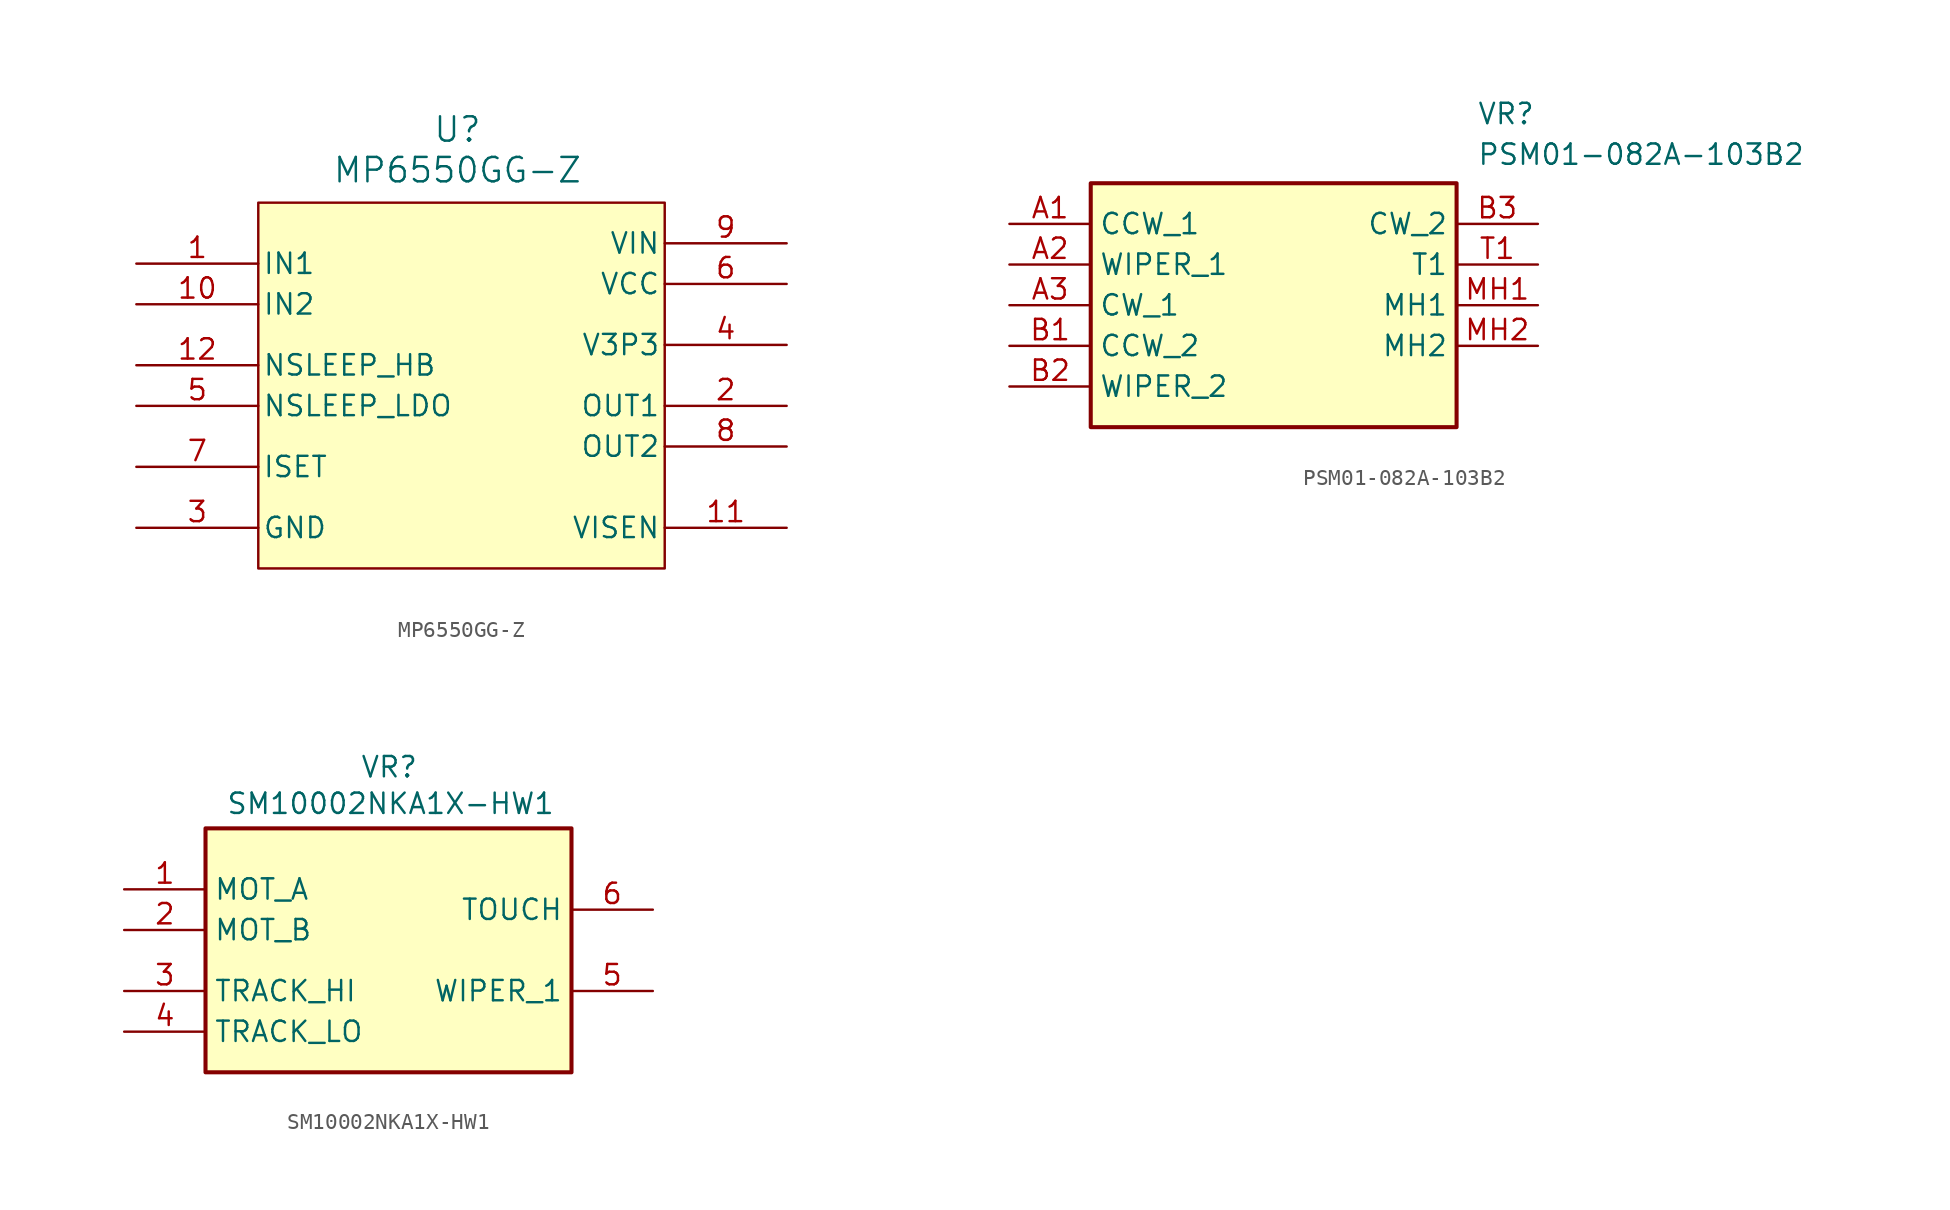
<source format=kicad_sym>
(kicad_symbol_lib
  (version 20231120)
  (generator "kicad_symbol_editor")
  (generator_version "8.0")
  (symbol "MP6550GG-Z"
    (pin_names
      (offset 0.254))
    (property "Reference" "U"
      (at 20.066 9.652 0)
      (effects (font (size 1.524 1.524))))
    (property "Value" "MP6550GG-Z"
      (at 20.066 7.112 0)
      (effects (font (size 1.524 1.524))))
    (symbol "MP6550GG-Z_0_1"
      (rectangle (start 7.62 5.08) (end 33.02 -17.78) (stroke (width 0) (type default)) (fill (type background)))
      (pin input line (at 0 1.27 0) (length 7.62) (name "IN1" (effects (font (size 1.27 1.27)))) (number "1" (effects (font (size 1.27 1.27)))))
      (pin input line (at 0 -1.27 0) (length 7.62) (name "IN2" (effects (font (size 1.27 1.27)))) (number "10" (effects (font (size 1.27 1.27)))))
      (pin unspecified line (at 40.64 -15.24 180) (length 7.62) (name "VISEN" (effects (font (size 1.27 1.27)))) (number "11" (effects (font (size 1.27 1.27)))))
      (pin unspecified line (at 0 -5.08 0) (length 7.62) (name "NSLEEP_HB" (effects (font (size 1.27 1.27)))) (number "12" (effects (font (size 1.27 1.27)))))
      (pin output line (at 40.64 -7.62 180) (length 7.62) (name "OUT1" (effects (font (size 1.27 1.27)))) (number "2" (effects (font (size 1.27 1.27)))))
      (pin power_out line (at 0 -15.24 0) (length 7.62) (name "GND" (effects (font (size 1.27 1.27)))) (number "3" (effects (font (size 1.27 1.27)))))
      (pin unspecified line (at 0 -7.62 0) (length 7.62) (name "NSLEEP_LDO" (effects (font (size 1.27 1.27)))) (number "5" (effects (font (size 1.27 1.27)))))
      (pin power_in line (at 40.64 0 180) (length 7.62) (name "VCC" (effects (font (size 1.27 1.27)))) (number "6" (effects (font (size 1.27 1.27)))))
      (pin unspecified line (at 0 -11.43 0) (length 7.62) (name "ISET" (effects (font (size 1.27 1.27)))) (number "7" (effects (font (size 1.27 1.27)))))
      (pin output line (at 40.64 -10.16 180) (length 7.62) (name "OUT2" (effects (font (size 1.27 1.27)))) (number "8" (effects (font (size 1.27 1.27)))))
      (pin unspecified line (at 40.64 2.54 180) (length 7.62) (name "VIN" (effects (font (size 1.27 1.27)))) (number "9" (effects (font (size 1.27 1.27))))))
    (symbol "MP6550GG-Z_1_1"
      (pin power_out line (at 40.64 -3.81 180) (length 7.62) (name "V3P3" (effects (font (size 1.27 1.27)))) (number "4" (effects (font (size 1.27 1.27)))))))
  (symbol "PSM01-082A-103B2"
    (property "Reference" "VR"
      (at 29.21 7.62 0)
      (effects (font (size 1.27 1.27)) (justify left top)))
    (property "Value" "PSM01-082A-103B2"
      (at 29.21 5.08 0)
      (effects (font (size 1.27 1.27)) (justify left top)))
    (symbol "PSM01-082A-103B2_1_1"
      (rectangle (start 5.08 2.54) (end 27.94 -12.7) (stroke (width 0.254) (type default)) (fill (type background)))
      (pin passive line (at 0 0 0) (length 5.08) (name "CCW_1" (effects (font (size 1.27 1.27)))) (number "A1" (effects (font (size 1.27 1.27)))))
      (pin passive line (at 0 -2.54 0) (length 5.08) (name "WIPER_1" (effects (font (size 1.27 1.27)))) (number "A2" (effects (font (size 1.27 1.27)))))
      (pin passive line (at 0 -5.08 0) (length 5.08) (name "CW_1" (effects (font (size 1.27 1.27)))) (number "A3" (effects (font (size 1.27 1.27)))))
      (pin passive line (at 0 -7.62 0) (length 5.08) (name "CCW_2" (effects (font (size 1.27 1.27)))) (number "B1" (effects (font (size 1.27 1.27)))))
      (pin passive line (at 0 -10.16 0) (length 5.08) (name "WIPER_2" (effects (font (size 1.27 1.27)))) (number "B2" (effects (font (size 1.27 1.27)))))
      (pin passive line (at 33.02 0 180) (length 5.08) (name "CW_2" (effects (font (size 1.27 1.27)))) (number "B3" (effects (font (size 1.27 1.27)))))
      (pin passive line (at 33.02 -5.08 180) (length 5.08) (name "MH1" (effects (font (size 1.27 1.27)))) (number "MH1" (effects (font (size 1.27 1.27)))))
      (pin passive line (at 33.02 -7.62 180) (length 5.08) (name "MH2" (effects (font (size 1.27 1.27)))) (number "MH2" (effects (font (size 1.27 1.27)))))
      (pin output line (at 33.02 -2.54 180) (length 5.08) (name "T1" (effects (font (size 1.27 1.27)))) (number "T1" (effects (font (size 1.27 1.27)))))))
  (symbol "SM10002NKA1X-HW1"
    (property "Reference" "VR"
      (at 14.732 7.112 0)
      (effects (font (size 1.27 1.27)) (justify left top)))
    (property "Value" "SM10002NKA1X-HW1"
      (at 6.35 4.826 0)
      (effects (font (size 1.27 1.27)) (justify left top)))
    (symbol "SM10002NKA1X-HW1_1_1"
      (rectangle (start 5.08 2.54) (end 27.94 -12.7) (stroke (width 0.254) (type default)) (fill (type background)))
      (pin input line (at 0 -1.27 0) (length 5.08) (name "MOT_A" (effects (font (size 1.27 1.27)))) (number "1" (effects (font (size 1.27 1.27)))))
      (pin input line (at 0 -3.81 0) (length 5.08) (name "MOT_B" (effects (font (size 1.27 1.27)))) (number "2" (effects (font (size 1.27 1.27)))))
      (pin power_in line (at 0 -7.62 0) (length 5.08) (name "TRACK_HI" (effects (font (size 1.27 1.27)))) (number "3" (effects (font (size 1.27 1.27)))))
      (pin power_in line (at 0 -10.16 0) (length 5.08) (name "TRACK_LO" (effects (font (size 1.27 1.27)))) (number "4" (effects (font (size 1.27 1.27)))))
      (pin output line (at 33.02 -7.62 180) (length 5.08) (name "WIPER_1" (effects (font (size 1.27 1.27)))) (number "5" (effects (font (size 1.27 1.27)))))
      (pin output line (at 33.02 -2.54 180) (length 5.08) (name "TOUCH" (effects (font (size 1.27 1.27)))) (number "6" (effects (font (size 1.27 1.27))))))))
</source>
